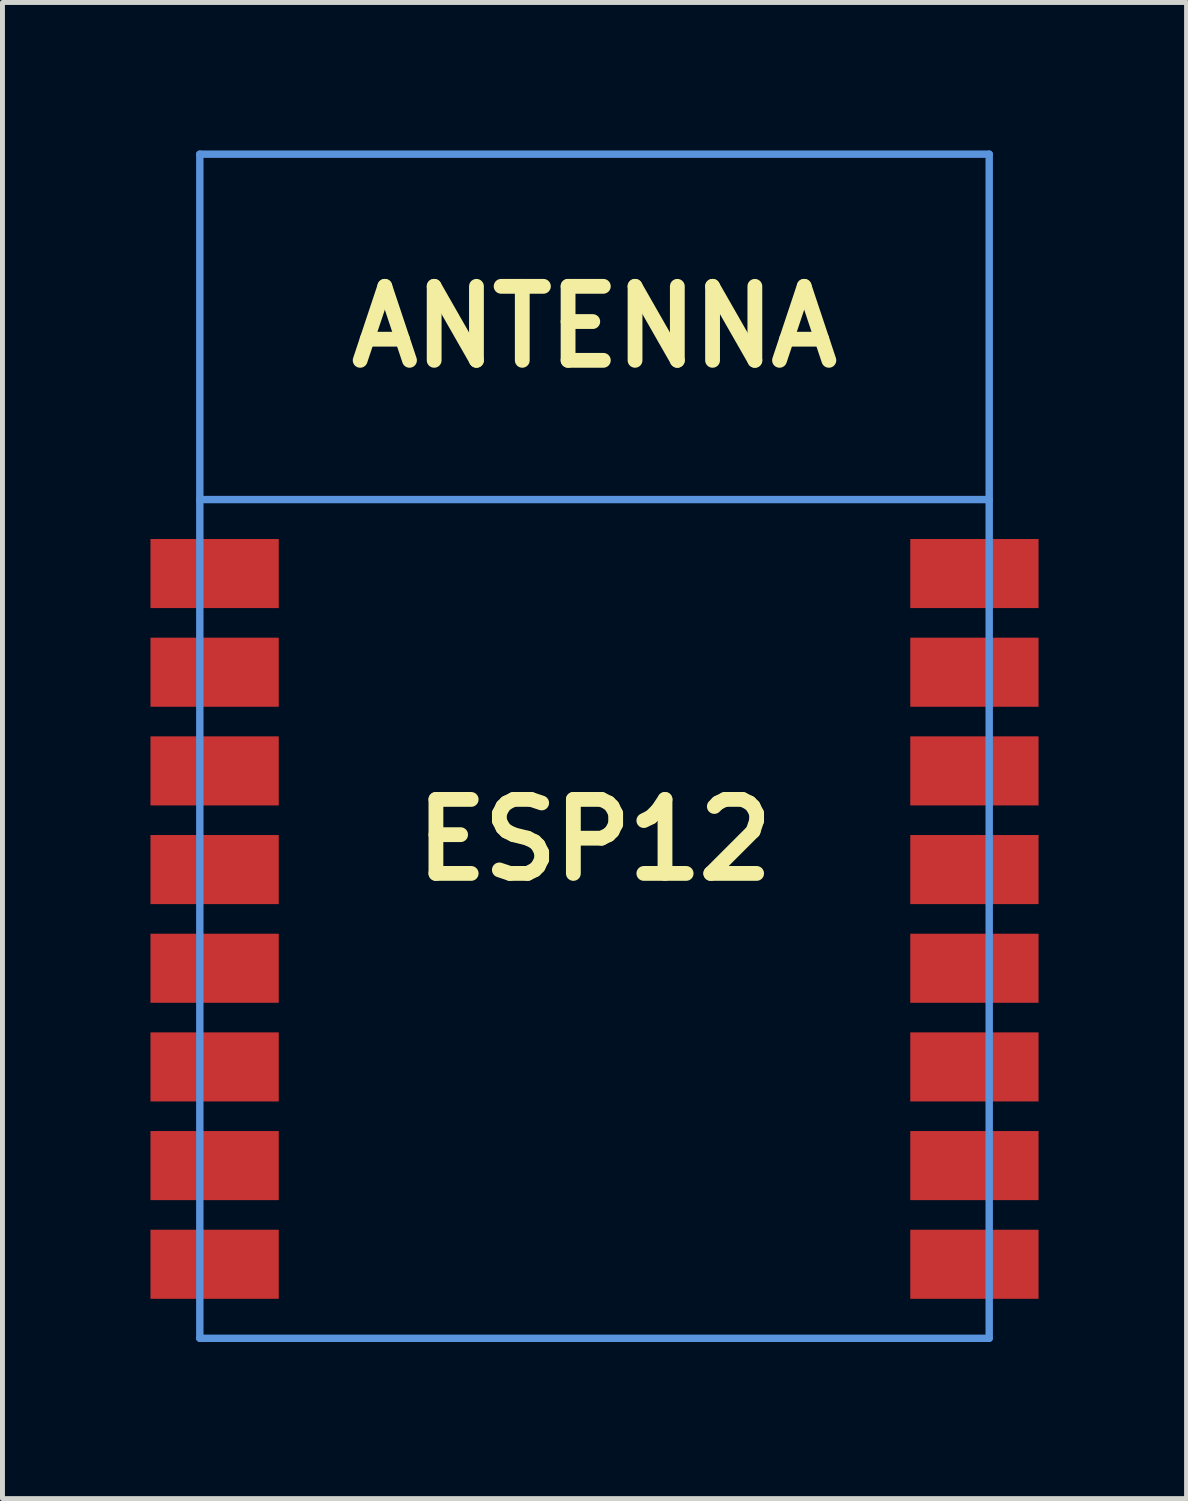
<source format=kicad_pcb>
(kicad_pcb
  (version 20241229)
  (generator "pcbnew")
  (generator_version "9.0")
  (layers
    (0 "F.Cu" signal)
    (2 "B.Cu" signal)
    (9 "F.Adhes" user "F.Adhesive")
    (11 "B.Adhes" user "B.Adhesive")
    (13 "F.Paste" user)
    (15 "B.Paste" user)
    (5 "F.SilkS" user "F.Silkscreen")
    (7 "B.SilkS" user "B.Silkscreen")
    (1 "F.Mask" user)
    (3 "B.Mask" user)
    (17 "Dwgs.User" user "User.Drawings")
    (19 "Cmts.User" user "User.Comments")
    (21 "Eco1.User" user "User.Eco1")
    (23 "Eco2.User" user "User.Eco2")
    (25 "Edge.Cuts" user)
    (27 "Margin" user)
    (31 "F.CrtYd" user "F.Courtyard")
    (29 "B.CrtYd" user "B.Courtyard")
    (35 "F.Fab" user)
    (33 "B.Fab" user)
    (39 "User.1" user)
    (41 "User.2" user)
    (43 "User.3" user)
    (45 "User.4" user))
  (footprint "ESP12"
    (layer "F.Cu")
    (at 1 24.075)
    (property "Reference" "ESP12" (at 8 -10.1 0) (layer "F.SilkS") (effects (font (size 1.5 1.5) (thickness 0.3))))
    (attr through_hole)
    (fp_line (start 0 -24) (end 0 0) (stroke (width 0.15) (type solid)) (layer "Cmts.User"))
    (fp_line (start 0 -17) (end 16 -17) (stroke (width 0.15) (type solid)) (layer "Cmts.User"))
    (fp_line (start 0 0) (end 16 0) (stroke (width 0.15) (type solid)) (layer "Cmts.User"))
    (fp_line (start 16 -24) (end 0 -24) (stroke (width 0.15) (type solid)) (layer "Cmts.User"))
    (fp_line (start 16 0) (end 16 -24) (stroke (width 0.15) (type solid)) (layer "Cmts.User"))
    (fp_text user "ANTENNA" (at 8 -20.5 0) (layer "F.SilkS") (effects (font (size 1.5 1.5) (thickness 0.3))))
    (pad "1" smd rect (at 0 -15.5) (size 2.6 1.4) (drill (offset 0.3 0)) (layers "F.Cu" "F.Mask" "F.Paste"))
    (pad "2" smd rect (at 0 -13.5) (size 2.6 1.4) (drill (offset 0.3 0)) (layers "F.Cu" "F.Mask" "F.Paste"))
    (pad "3" smd rect (at 0 -11.5) (size 2.6 1.4) (drill (offset 0.3 0)) (layers "F.Cu" "F.Mask" "F.Paste"))
    (pad "4" smd rect (at 0 -9.5) (size 2.6 1.4) (drill (offset 0.3 0)) (layers "F.Cu" "F.Mask" "F.Paste"))
    (pad "5" smd rect (at 0 -7.5) (size 2.6 1.4) (drill (offset 0.3 0)) (layers "F.Cu" "F.Mask" "F.Paste"))
    (pad "6" smd rect (at 0 -5.5) (size 2.6 1.4) (drill (offset 0.3 0)) (layers "F.Cu" "F.Mask" "F.Paste"))
    (pad "7" smd rect (at 0 -3.5) (size 2.6 1.4) (drill (offset 0.3 0)) (layers "F.Cu" "F.Mask" "F.Paste"))
    (pad "8" smd rect (at 0 -1.5) (size 2.6 1.4) (drill (offset 0.3 0)) (layers "F.Cu" "F.Mask" "F.Paste"))
    (pad "9" smd rect (at 16 -1.5) (size 2.6 1.4) (drill (offset -0.3 0)) (layers "F.Cu" "F.Mask" "F.Paste"))
    (pad "10" smd rect (at 16 -3.5) (size 2.6 1.4) (drill (offset -0.3 0)) (layers "F.Cu" "F.Mask" "F.Paste"))
    (pad "11" smd rect (at 16 -5.5) (size 2.6 1.4) (drill (offset -0.3 0)) (layers "F.Cu" "F.Mask" "F.Paste"))
    (pad "12" smd rect (at 16 -7.5) (size 2.6 1.4) (drill (offset -0.3 0)) (layers "F.Cu" "F.Mask" "F.Paste"))
    (pad "13" smd rect (at 16 -9.5) (size 2.6 1.4) (drill (offset -0.3 0)) (layers "F.Cu" "F.Mask" "F.Paste"))
    (pad "14" smd rect (at 16 -11.5) (size 2.6 1.4) (drill (offset -0.3 0)) (layers "F.Cu" "F.Mask" "F.Paste"))
    (pad "15" smd rect (at 16 -13.5) (size 2.6 1.4) (drill (offset -0.3 0)) (layers "F.Cu" "F.Mask" "F.Paste"))
    (pad "16" smd rect (at 16 -15.5) (size 2.6 1.4) (drill (offset -0.3 0)) (layers "F.Cu" "F.Mask" "F.Paste")))
  (gr_rect
    (start -3 -3)
    (end 21 27.325)
    (stroke (width 0.1) (type default))
    (fill no)
    (layer "Edge.Cuts")))
</source>
